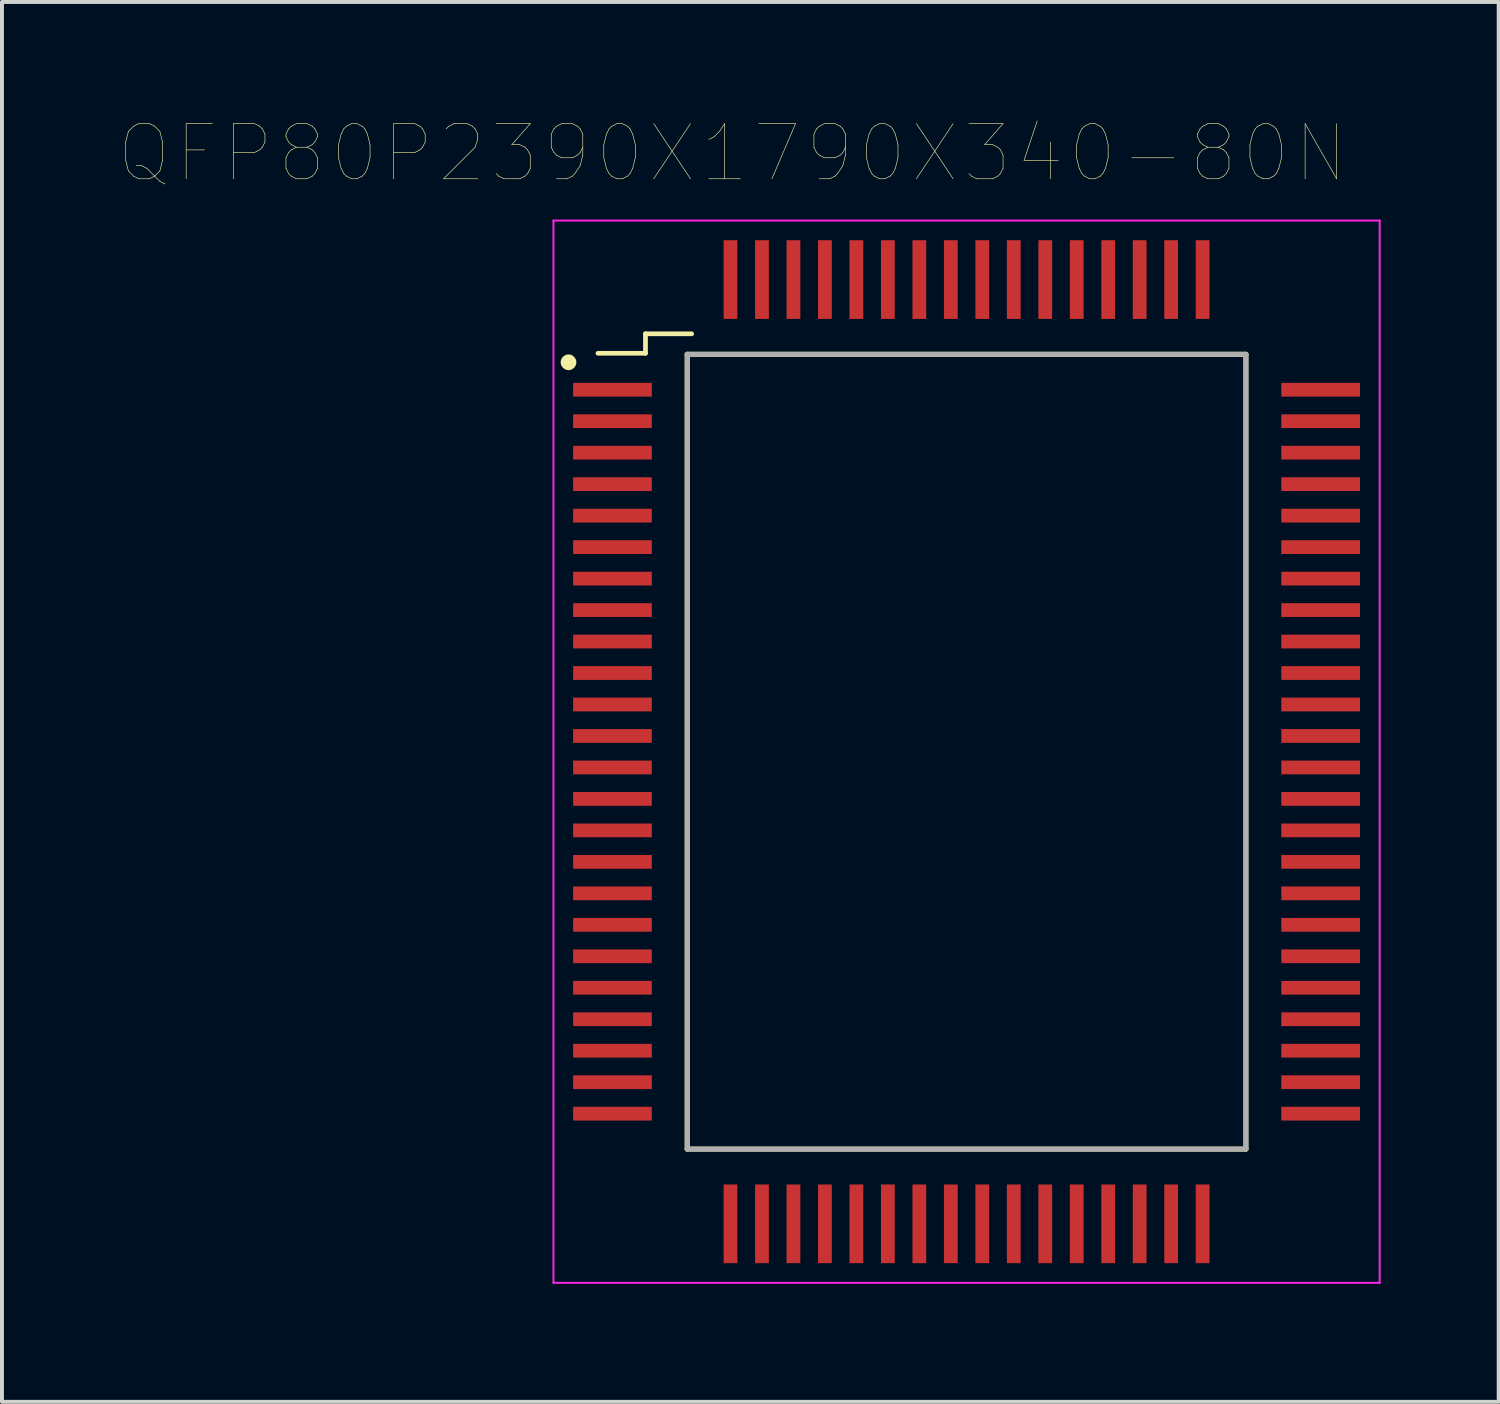
<source format=kicad_pcb>
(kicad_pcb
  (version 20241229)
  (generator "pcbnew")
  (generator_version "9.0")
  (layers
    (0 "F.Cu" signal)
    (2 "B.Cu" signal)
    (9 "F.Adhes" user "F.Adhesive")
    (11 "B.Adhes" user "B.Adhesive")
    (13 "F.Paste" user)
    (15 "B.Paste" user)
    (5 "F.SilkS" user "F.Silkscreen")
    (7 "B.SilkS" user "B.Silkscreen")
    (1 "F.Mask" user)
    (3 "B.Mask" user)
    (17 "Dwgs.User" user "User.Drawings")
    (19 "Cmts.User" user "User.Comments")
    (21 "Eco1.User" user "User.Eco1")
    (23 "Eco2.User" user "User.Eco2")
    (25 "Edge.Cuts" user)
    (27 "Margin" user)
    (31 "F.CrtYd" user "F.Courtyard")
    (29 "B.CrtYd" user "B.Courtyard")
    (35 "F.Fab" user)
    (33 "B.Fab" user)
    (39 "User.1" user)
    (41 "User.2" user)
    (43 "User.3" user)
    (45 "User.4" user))
  (footprint "QFP80P2390X1790X340-80N"
    (layer "F.Cu")
    (at 21.517 16.056)
    (property "Reference" "QFP80P2390X1790X340-80N" (at -5.949 -15.21 0) (layer "F.SilkS") (effects (font (size 1.402 1.402) (thickness 0.015))))
    (attr through_hole)
    (fp_line (start -9.368 -10.127) (end -8.161 -10.127) (stroke (width 0.12) (type solid)) (layer "F.SilkS"))
    (fp_line (start -8.161 -10.622) (end -6.988 -10.622) (stroke (width 0.12) (type solid)) (layer "F.SilkS"))
    (fp_line (start -8.161 -10.127) (end -8.161 -10.622) (stroke (width 0.12) (type solid)) (layer "F.SilkS"))
    (fp_line (start -7.1 -10.1) (end -7.1 10.1) (stroke (width 0.127) (type solid)) (layer "F.SilkS"))
    (fp_line (start -7.1 10.1) (end 7.1 10.1) (stroke (width 0.127) (type solid)) (layer "F.SilkS"))
    (fp_line (start 7.1 -10.1) (end -7.1 -10.1) (stroke (width 0.127) (type solid)) (layer "F.SilkS"))
    (fp_line (start 7.1 10.1) (end 7.1 -10.1) (stroke (width 0.127) (type solid)) (layer "F.SilkS"))
    (fp_circle (center -10.117 -9.898) (end -10.017 -9.898) (stroke (width 0.2) (type solid)) (fill no) (layer "F.SilkS"))
    (fp_line (start -10.5 -13.5) (end -10.5 13.5) (stroke (width 0.05) (type solid)) (layer "F.CrtYd"))
    (fp_line (start -10.5 13.5) (end 10.5 13.5) (stroke (width 0.05) (type solid)) (layer "F.CrtYd"))
    (fp_line (start 10.5 -13.5) (end -10.5 -13.5) (stroke (width 0.05) (type solid)) (layer "F.CrtYd"))
    (fp_line (start 10.5 13.5) (end 10.5 -13.5) (stroke (width 0.05) (type solid)) (layer "F.CrtYd"))
    (fp_line (start -7.1 -10.1) (end -7.1 10.1) (stroke (width 0.127) (type solid)) (layer "F.Fab"))
    (fp_line (start -7.1 10.1) (end 7.1 10.1) (stroke (width 0.127) (type solid)) (layer "F.Fab"))
    (fp_line (start 7.1 -10.1) (end -7.1 -10.1) (stroke (width 0.127) (type solid)) (layer "F.Fab"))
    (fp_line (start 7.1 10.1) (end 7.1 -10.1) (stroke (width 0.127) (type solid)) (layer "F.Fab"))
    (pad "1" smd rect (at -9 -9.2) (size 2 0.35) (layers "F.Cu" "F.Mask" "F.Paste"))
    (pad "2" smd rect (at -9 -8.4) (size 2 0.35) (layers "F.Cu" "F.Mask" "F.Paste"))
    (pad "3" smd rect (at -9 -7.6) (size 2 0.35) (layers "F.Cu" "F.Mask" "F.Paste"))
    (pad "4" smd rect (at -9 -6.8) (size 2 0.35) (layers "F.Cu" "F.Mask" "F.Paste"))
    (pad "5" smd rect (at -9 -6) (size 2 0.35) (layers "F.Cu" "F.Mask" "F.Paste"))
    (pad "6" smd rect (at -9 -5.2) (size 2 0.35) (layers "F.Cu" "F.Mask" "F.Paste"))
    (pad "7" smd rect (at -9 -4.4) (size 2 0.35) (layers "F.Cu" "F.Mask" "F.Paste"))
    (pad "8" smd rect (at -9 -3.6) (size 2 0.35) (layers "F.Cu" "F.Mask" "F.Paste"))
    (pad "9" smd rect (at -9 -2.8) (size 2 0.35) (layers "F.Cu" "F.Mask" "F.Paste"))
    (pad "10" smd rect (at -9 -2) (size 2 0.35) (layers "F.Cu" "F.Mask" "F.Paste"))
    (pad "11" smd rect (at -9 -1.2) (size 2 0.35) (layers "F.Cu" "F.Mask" "F.Paste"))
    (pad "12" smd rect (at -9 -0.4) (size 2 0.35) (layers "F.Cu" "F.Mask" "F.Paste"))
    (pad "13" smd rect (at -9 0.4) (size 2 0.35) (layers "F.Cu" "F.Mask" "F.Paste"))
    (pad "14" smd rect (at -9 1.2) (size 2 0.35) (layers "F.Cu" "F.Mask" "F.Paste"))
    (pad "15" smd rect (at -9 2) (size 2 0.35) (layers "F.Cu" "F.Mask" "F.Paste"))
    (pad "16" smd rect (at -9 2.8) (size 2 0.35) (layers "F.Cu" "F.Mask" "F.Paste"))
    (pad "17" smd rect (at -9 3.6) (size 2 0.35) (layers "F.Cu" "F.Mask" "F.Paste"))
    (pad "18" smd rect (at -9 4.4) (size 2 0.35) (layers "F.Cu" "F.Mask" "F.Paste"))
    (pad "19" smd rect (at -9 5.2) (size 2 0.35) (layers "F.Cu" "F.Mask" "F.Paste"))
    (pad "20" smd rect (at -9 6) (size 2 0.35) (layers "F.Cu" "F.Mask" "F.Paste"))
    (pad "21" smd rect (at -9 6.8) (size 2 0.35) (layers "F.Cu" "F.Mask" "F.Paste"))
    (pad "22" smd rect (at -9 7.6) (size 2 0.35) (layers "F.Cu" "F.Mask" "F.Paste"))
    (pad "23" smd rect (at -9 8.4) (size 2 0.35) (layers "F.Cu" "F.Mask" "F.Paste"))
    (pad "24" smd rect (at -9 9.2) (size 2 0.35) (layers "F.Cu" "F.Mask" "F.Paste"))
    (pad "25" smd rect (at -6 12) (size 0.35 2) (layers "F.Cu" "F.Mask" "F.Paste"))
    (pad "26" smd rect (at -5.2 12) (size 0.35 2) (layers "F.Cu" "F.Mask" "F.Paste"))
    (pad "27" smd rect (at -4.4 12) (size 0.35 2) (layers "F.Cu" "F.Mask" "F.Paste"))
    (pad "28" smd rect (at -3.6 12) (size 0.35 2) (layers "F.Cu" "F.Mask" "F.Paste"))
    (pad "29" smd rect (at -2.8 12) (size 0.35 2) (layers "F.Cu" "F.Mask" "F.Paste"))
    (pad "30" smd rect (at -2 12) (size 0.35 2) (layers "F.Cu" "F.Mask" "F.Paste"))
    (pad "31" smd rect (at -1.2 12) (size 0.35 2) (layers "F.Cu" "F.Mask" "F.Paste"))
    (pad "32" smd rect (at -0.4 12) (size 0.35 2) (layers "F.Cu" "F.Mask" "F.Paste"))
    (pad "33" smd rect (at 0.4 12) (size 0.35 2) (layers "F.Cu" "F.Mask" "F.Paste"))
    (pad "34" smd rect (at 1.2 12) (size 0.35 2) (layers "F.Cu" "F.Mask" "F.Paste"))
    (pad "35" smd rect (at 2 12) (size 0.35 2) (layers "F.Cu" "F.Mask" "F.Paste"))
    (pad "36" smd rect (at 2.8 12) (size 0.35 2) (layers "F.Cu" "F.Mask" "F.Paste"))
    (pad "37" smd rect (at 3.6 12) (size 0.35 2) (layers "F.Cu" "F.Mask" "F.Paste"))
    (pad "38" smd rect (at 4.4 12) (size 0.35 2) (layers "F.Cu" "F.Mask" "F.Paste"))
    (pad "39" smd rect (at 5.2 12) (size 0.35 2) (layers "F.Cu" "F.Mask" "F.Paste"))
    (pad "40" smd rect (at 6 12) (size 0.35 2) (layers "F.Cu" "F.Mask" "F.Paste"))
    (pad "41" smd rect (at 9 9.2) (size 2 0.35) (layers "F.Cu" "F.Mask" "F.Paste"))
    (pad "42" smd rect (at 9 8.4) (size 2 0.35) (layers "F.Cu" "F.Mask" "F.Paste"))
    (pad "43" smd rect (at 9 7.6) (size 2 0.35) (layers "F.Cu" "F.Mask" "F.Paste"))
    (pad "44" smd rect (at 9 6.8) (size 2 0.35) (layers "F.Cu" "F.Mask" "F.Paste"))
    (pad "45" smd rect (at 9 6) (size 2 0.35) (layers "F.Cu" "F.Mask" "F.Paste"))
    (pad "46" smd rect (at 9 5.2) (size 2 0.35) (layers "F.Cu" "F.Mask" "F.Paste"))
    (pad "47" smd rect (at 9 4.4) (size 2 0.35) (layers "F.Cu" "F.Mask" "F.Paste"))
    (pad "48" smd rect (at 9 3.6) (size 2 0.35) (layers "F.Cu" "F.Mask" "F.Paste"))
    (pad "49" smd rect (at 9 2.8) (size 2 0.35) (layers "F.Cu" "F.Mask" "F.Paste"))
    (pad "50" smd rect (at 9 2) (size 2 0.35) (layers "F.Cu" "F.Mask" "F.Paste"))
    (pad "51" smd rect (at 9 1.2) (size 2 0.35) (layers "F.Cu" "F.Mask" "F.Paste"))
    (pad "52" smd rect (at 9 0.4) (size 2 0.35) (layers "F.Cu" "F.Mask" "F.Paste"))
    (pad "53" smd rect (at 9 -0.4) (size 2 0.35) (layers "F.Cu" "F.Mask" "F.Paste"))
    (pad "54" smd rect (at 9 -1.2) (size 2 0.35) (layers "F.Cu" "F.Mask" "F.Paste"))
    (pad "55" smd rect (at 9 -2) (size 2 0.35) (layers "F.Cu" "F.Mask" "F.Paste"))
    (pad "56" smd rect (at 9 -2.8) (size 2 0.35) (layers "F.Cu" "F.Mask" "F.Paste"))
    (pad "57" smd rect (at 9 -3.6) (size 2 0.35) (layers "F.Cu" "F.Mask" "F.Paste"))
    (pad "58" smd rect (at 9 -4.4) (size 2 0.35) (layers "F.Cu" "F.Mask" "F.Paste"))
    (pad "59" smd rect (at 9 -5.2) (size 2 0.35) (layers "F.Cu" "F.Mask" "F.Paste"))
    (pad "60" smd rect (at 9 -6) (size 2 0.35) (layers "F.Cu" "F.Mask" "F.Paste"))
    (pad "61" smd rect (at 9 -6.8) (size 2 0.35) (layers "F.Cu" "F.Mask" "F.Paste"))
    (pad "62" smd rect (at 9 -7.6) (size 2 0.35) (layers "F.Cu" "F.Mask" "F.Paste"))
    (pad "63" smd rect (at 9 -8.4) (size 2 0.35) (layers "F.Cu" "F.Mask" "F.Paste"))
    (pad "64" smd rect (at 9 -9.2) (size 2 0.35) (layers "F.Cu" "F.Mask" "F.Paste"))
    (pad "65" smd rect (at 6 -12) (size 0.35 2) (layers "F.Cu" "F.Mask" "F.Paste"))
    (pad "66" smd rect (at 5.2 -12) (size 0.35 2) (layers "F.Cu" "F.Mask" "F.Paste"))
    (pad "67" smd rect (at 4.4 -12) (size 0.35 2) (layers "F.Cu" "F.Mask" "F.Paste"))
    (pad "68" smd rect (at 3.6 -12) (size 0.35 2) (layers "F.Cu" "F.Mask" "F.Paste"))
    (pad "69" smd rect (at 2.8 -12) (size 0.35 2) (layers "F.Cu" "F.Mask" "F.Paste"))
    (pad "70" smd rect (at 2 -12) (size 0.35 2) (layers "F.Cu" "F.Mask" "F.Paste"))
    (pad "71" smd rect (at 1.2 -12) (size 0.35 2) (layers "F.Cu" "F.Mask" "F.Paste"))
    (pad "72" smd rect (at 0.4 -12) (size 0.35 2) (layers "F.Cu" "F.Mask" "F.Paste"))
    (pad "73" smd rect (at -0.4 -12) (size 0.35 2) (layers "F.Cu" "F.Mask" "F.Paste"))
    (pad "74" smd rect (at -1.2 -12) (size 0.35 2) (layers "F.Cu" "F.Mask" "F.Paste"))
    (pad "75" smd rect (at -2 -12) (size 0.35 2) (layers "F.Cu" "F.Mask" "F.Paste"))
    (pad "76" smd rect (at -2.8 -12) (size 0.35 2) (layers "F.Cu" "F.Mask" "F.Paste"))
    (pad "77" smd rect (at -3.6 -12) (size 0.35 2) (layers "F.Cu" "F.Mask" "F.Paste"))
    (pad "78" smd rect (at -4.4 -12) (size 0.35 2) (layers "F.Cu" "F.Mask" "F.Paste"))
    (pad "79" smd rect (at -5.2 -12) (size 0.35 2) (layers "F.Cu" "F.Mask" "F.Paste"))
    (pad "80" smd rect (at -6 -12) (size 0.35 2) (layers "F.Cu" "F.Mask" "F.Paste")))
  (gr_rect
    (start -3 -3)
    (end 35.042 32.581)
    (stroke (width 0.1) (type default))
    (fill no)
    (layer "Edge.Cuts")))
</source>
